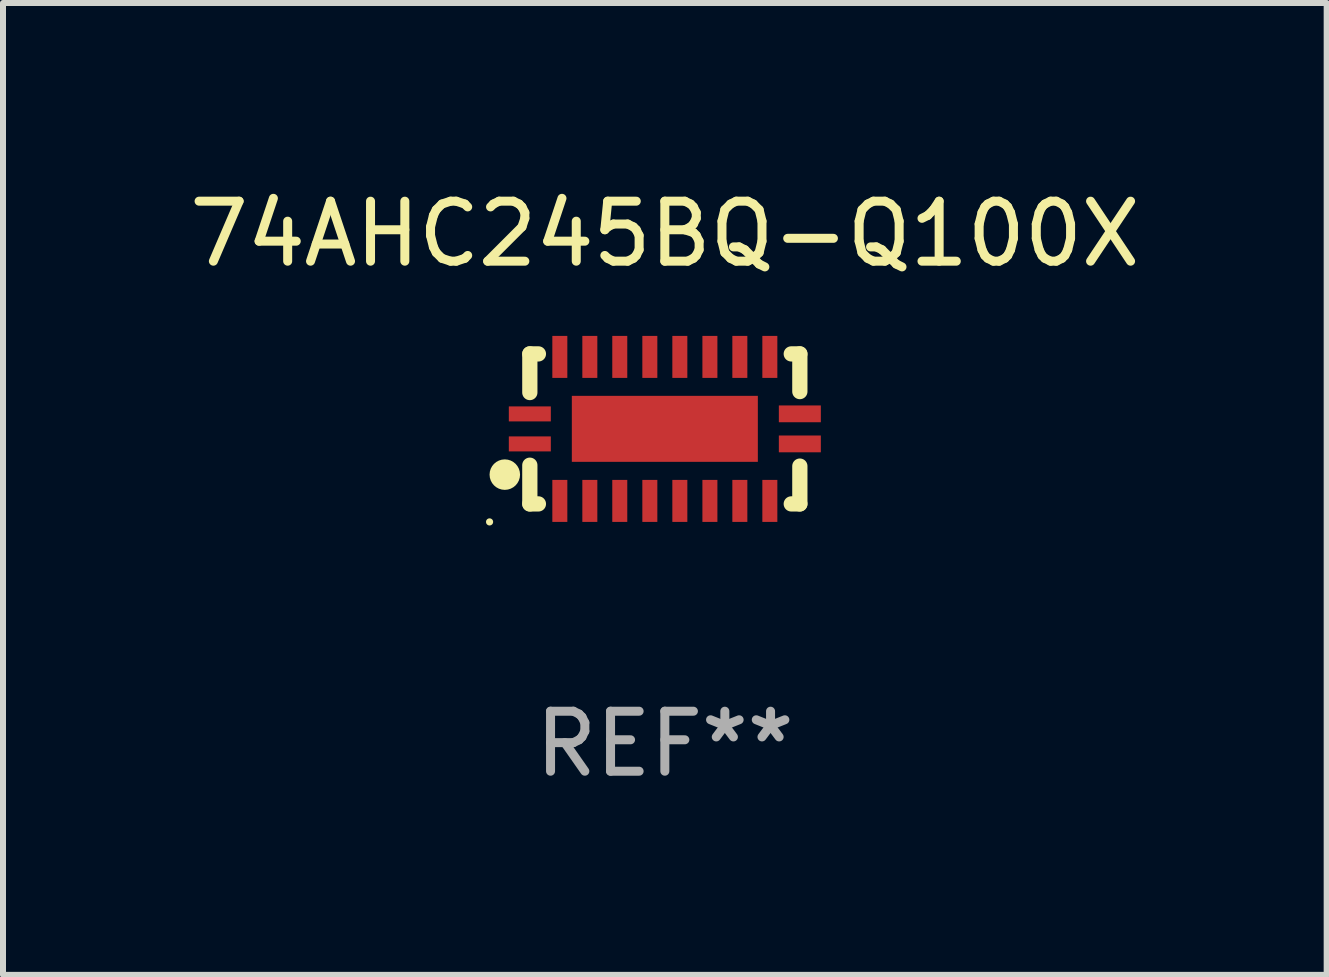
<source format=kicad_pcb>
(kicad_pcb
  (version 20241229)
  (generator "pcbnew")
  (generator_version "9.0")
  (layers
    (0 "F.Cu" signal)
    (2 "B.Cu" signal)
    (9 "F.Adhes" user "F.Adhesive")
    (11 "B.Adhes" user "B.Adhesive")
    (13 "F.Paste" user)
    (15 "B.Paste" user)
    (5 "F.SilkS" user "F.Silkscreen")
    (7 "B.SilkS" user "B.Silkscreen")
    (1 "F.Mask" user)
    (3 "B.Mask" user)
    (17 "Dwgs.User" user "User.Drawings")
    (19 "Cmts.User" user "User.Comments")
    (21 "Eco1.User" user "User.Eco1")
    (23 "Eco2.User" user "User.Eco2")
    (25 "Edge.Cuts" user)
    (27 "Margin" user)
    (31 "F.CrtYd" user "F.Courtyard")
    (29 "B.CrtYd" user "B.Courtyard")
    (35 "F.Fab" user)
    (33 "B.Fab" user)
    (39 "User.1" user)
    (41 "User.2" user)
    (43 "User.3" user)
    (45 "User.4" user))
  (footprint "74AHC245BQ-Q100X"
    (layer "F.Cu")
    (at 8.03 4.098)
    (property "Reference" "74AHC245BQ-Q100X" (at 0 -3.25 0) (layer "F.SilkS") (effects (font (size 1 1) (thickness 0.15))))
    (attr through_hole)
    (fp_line (start -2.25 0.605) (end -2.25 1.25) (stroke (width 0.254) (type solid)) (layer "F.SilkS"))
    (fp_line (start -2.25 1.25) (end -2.107 1.25) (stroke (width 0.254) (type solid)) (layer "F.SilkS"))
    (fp_line (start -2.25 -1.25) (end -2.25 -0.606) (stroke (width 0.254) (type solid)) (layer "F.SilkS"))
    (fp_line (start -2.25 -1.25) (end -2.107 -1.25) (stroke (width 0.254) (type solid)) (layer "F.SilkS"))
    (fp_line (start 2.107 -1.25) (end 2.25 -1.25) (stroke (width 0.254) (type solid)) (layer "F.SilkS"))
    (fp_line (start 2.107 1.25) (end 2.25 1.25) (stroke (width 0.254) (type solid)) (layer "F.SilkS"))
    (fp_line (start 2.25 -1.25) (end 2.25 -0.622) (stroke (width 0.254) (type solid)) (layer "F.SilkS"))
    (fp_line (start 2.25 0.62) (end 2.25 1.25) (stroke (width 0.254) (type solid)) (layer "F.SilkS"))
    (fp_circle (center -2.921 1.55) (end -2.891 1.55) (stroke (width 0.06) (type solid)) (fill no) (layer "F.SilkS"))
    (fp_circle (center -2.667 0.762) (end -2.54 0.762) (stroke (width 0.254) (type solid)) (fill no) (layer "F.SilkS"))
    (fp_text user "REF**" (at 0 5.25 0) (layer "F.Fab") (effects (font (size 1 1) (thickness 0.15))))
    (pad "1" smd rect (at -2.25 0.25 180) (size 0.7 0.25) (layers "F.Cu" "F.Mask" "F.Paste"))
    (pad "2" smd rect (at -1.75 1.2 90) (size 0.7 0.25) (layers "F.Cu" "F.Mask" "F.Paste"))
    (pad "3" smd rect (at -1.25 1.2 90) (size 0.7 0.25) (layers "F.Cu" "F.Mask" "F.Paste"))
    (pad "4" smd rect (at -0.751 1.2 90) (size 0.7 0.25) (layers "F.Cu" "F.Mask" "F.Paste"))
    (pad "5" smd rect (at -0.25 1.2 90) (size 0.7 0.25) (layers "F.Cu" "F.Mask" "F.Paste"))
    (pad "6" smd rect (at 0.25 1.2 90) (size 0.7 0.25) (layers "F.Cu" "F.Mask" "F.Paste"))
    (pad "7" smd rect (at 0.751 1.2 90) (size 0.7 0.25) (layers "F.Cu" "F.Mask" "F.Paste"))
    (pad "8" smd rect (at 1.25 1.2 90) (size 0.7 0.25) (layers "F.Cu" "F.Mask" "F.Paste"))
    (pad "9" smd rect (at 1.75 1.2 90) (size 0.7 0.25) (layers "F.Cu" "F.Mask" "F.Paste"))
    (pad "10" smd rect (at 2.25 0.25 180) (size 0.7 0.28) (layers "F.Cu" "F.Mask" "F.Paste"))
    (pad "11" smd rect (at 2.25 -0.251 180) (size 0.7 0.28) (layers "F.Cu" "F.Mask" "F.Paste"))
    (pad "12" smd rect (at 1.75 -1.2 90) (size 0.7 0.25) (layers "F.Cu" "F.Mask" "F.Paste"))
    (pad "13" smd rect (at 1.25 -1.2 90) (size 0.7 0.25) (layers "F.Cu" "F.Mask" "F.Paste"))
    (pad "14" smd rect (at 0.751 -1.2 90) (size 0.7 0.25) (layers "F.Cu" "F.Mask" "F.Paste"))
    (pad "15" smd rect (at 0.25 -1.2 90) (size 0.7 0.25) (layers "F.Cu" "F.Mask" "F.Paste"))
    (pad "16" smd rect (at -0.25 -1.2 90) (size 0.7 0.25) (layers "F.Cu" "F.Mask" "F.Paste"))
    (pad "17" smd rect (at -0.751 -1.2 90) (size 0.7 0.25) (layers "F.Cu" "F.Mask" "F.Paste"))
    (pad "18" smd rect (at -1.25 -1.2 90) (size 0.7 0.25) (layers "F.Cu" "F.Mask" "F.Paste"))
    (pad "19" smd rect (at -1.75 -1.2 90) (size 0.7 0.25) (layers "F.Cu" "F.Mask" "F.Paste"))
    (pad "20" smd rect (at -2.25 -0.25 180) (size 0.7 0.25) (layers "F.Cu" "F.Mask" "F.Paste"))
    (pad "21" smd rect (at 0 -0.001 180) (size 3.1 1.1) (layers "F.Cu" "F.Mask" "F.Paste")))
  (gr_rect
    (start -3 -3)
    (end 19.06 13.197)
    (stroke (width 0.1) (type default))
    (fill no)
    (layer "Edge.Cuts")))
</source>
